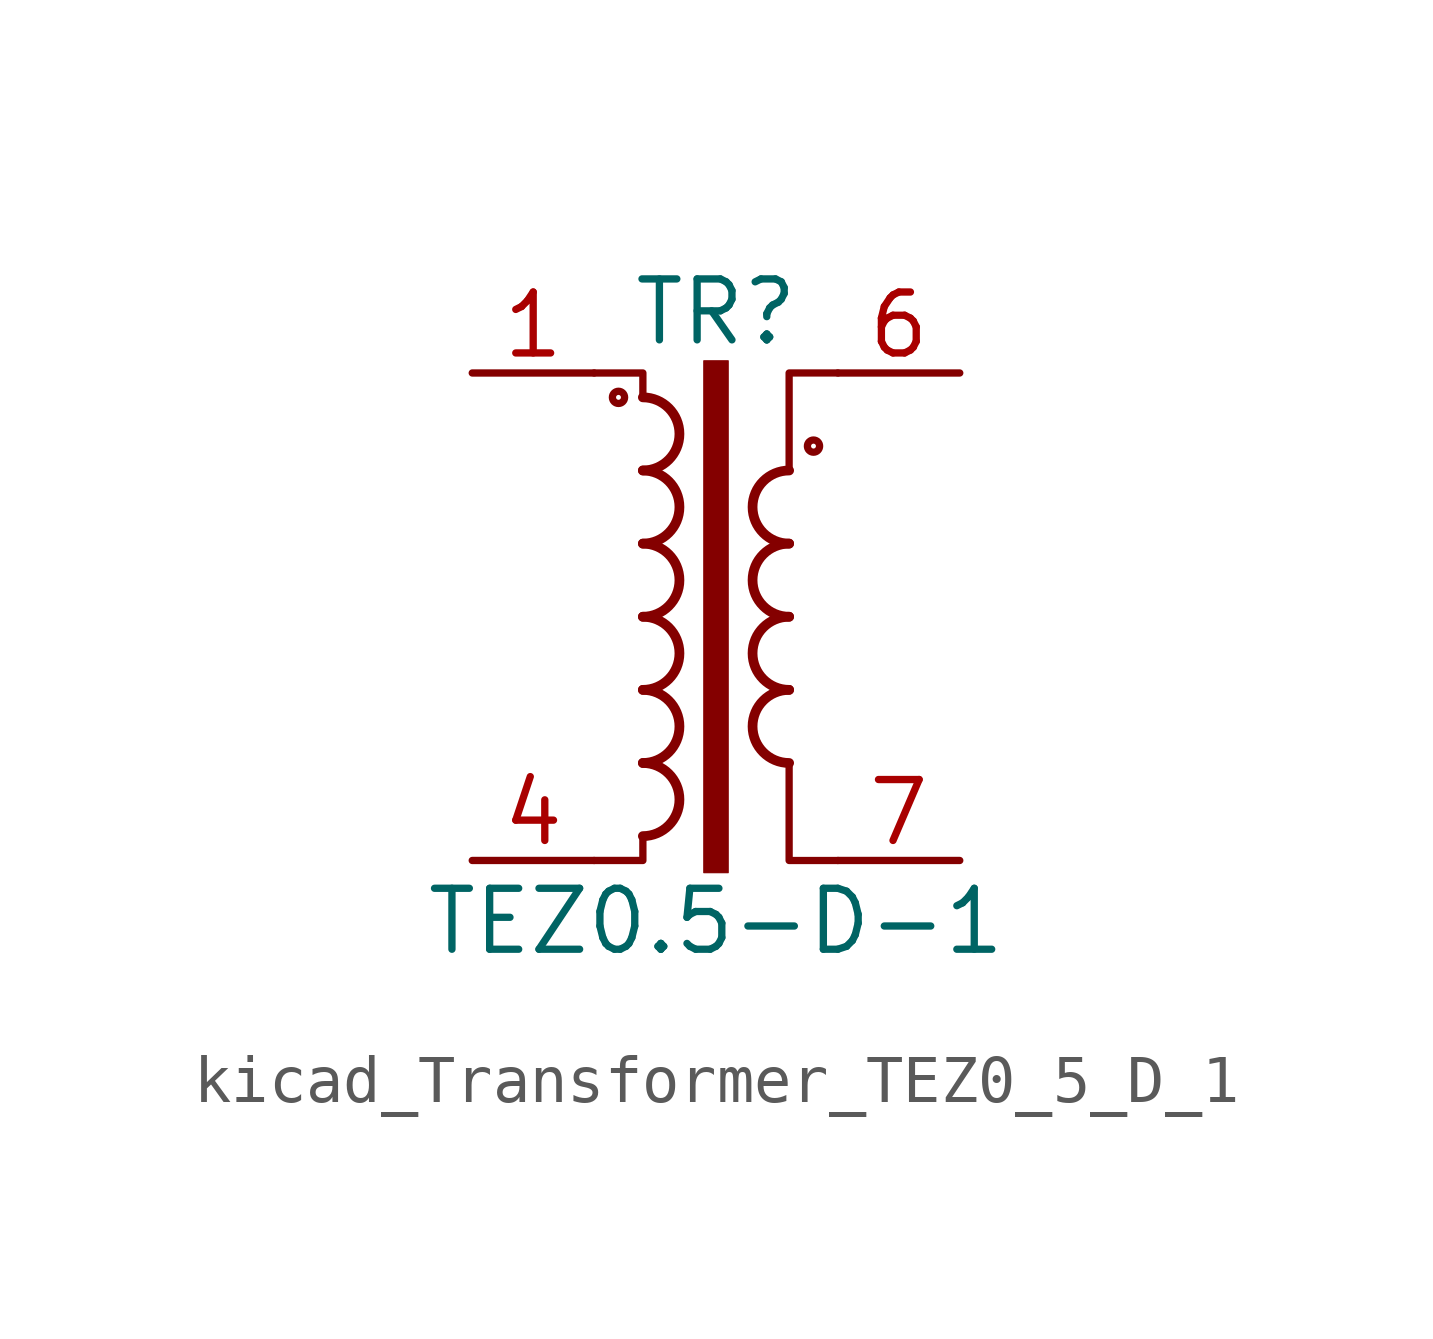
<source format=kicad_sym>
(kicad_symbol_lib
  (version 20220914)
  (generator kicad_symbol_editor)
  (symbol "kicad_Transformer_TEZ0_5_D_1"
    (pin_names
      (offset 0.025))
    (property "Reference" "TR"
      (at 0 6.35 0)
      (effects (font (size 1.27 1.27))))
    (property "Value" "TEZ0.5-D-1"
      (at 0 -6.35 0)
      (effects (font (size 1.27 1.27))))
    (symbol "kicad_Transformer_TEZ0_5_D_1_0_1"
      (circle (center -2.032 4.572) (radius 0.127) (stroke (width 0) (type default)) (fill (type none)))
      (arc (start -1.524 -4.572) (mid -0.7653 -3.81) (end -1.524 -3.048) (stroke (width 0.2032) (type default)) (fill (type none)))
      (arc (start -1.524 -3.048) (mid -0.7653 -2.286) (end -1.524 -1.524) (stroke (width 0.2032) (type default)) (fill (type none)))
      (arc (start -1.524 -1.524) (mid -0.7653 -0.762) (end -1.524 0) (stroke (width 0.2032) (type default)) (fill (type none)))
      (arc (start -1.524 0) (mid -0.7653 0.762) (end -1.524 1.524) (stroke (width 0.2032) (type default)) (fill (type none)))
      (arc (start -1.524 1.524) (mid -0.7653 2.286) (end -1.524 3.048) (stroke (width 0.2032) (type default)) (fill (type none)))
      (arc (start -1.524 3.048) (mid -0.7653 3.81) (end -1.524 4.572) (stroke (width 0.2032) (type default)) (fill (type none)))
      (rectangle (start -0.254 5.334) (end 0.254 -5.334) (stroke (width 0.025) (type default)) (fill (type outline)))
      (polyline (pts (xy -1.524 -4.572) (xy -1.524 -5.08) (xy -2.54 -5.08)) (stroke (width 0) (type default)) (fill (type none)))
      (polyline (pts (xy -1.524 4.572) (xy -1.524 5.08) (xy -2.54 5.08)) (stroke (width 0) (type default)) (fill (type none)))
      (polyline (pts (xy 1.524 3.048) (xy 1.524 5.08) (xy 2.54 5.08) (xy 2.54 5.08)) (stroke (width 0.152) (type default)) (fill (type none)))
      (polyline (pts (xy 2.54 -5.08) (xy 1.524 -5.08) (xy 1.524 -3.048) (xy 1.524 -3.048)) (stroke (width 0.152) (type default)) (fill (type none)))
      (arc (start 1.524 -1.524) (mid 0.7653 -2.286) (end 1.524 -3.048) (stroke (width 0.2032) (type default)) (fill (type none)))
      (arc (start 1.524 0) (mid 0.7653 -0.762) (end 1.524 -1.524) (stroke (width 0.2032) (type default)) (fill (type none)))
      (arc (start 1.524 1.524) (mid 0.7653 0.762) (end 1.524 0) (stroke (width 0.2032) (type default)) (fill (type none)))
      (arc (start 1.524 3.048) (mid 0.7653 2.286) (end 1.524 1.524) (stroke (width 0.2032) (type default)) (fill (type none)))
      (circle (center 2.032 3.556) (radius 0.127) (stroke (width 0) (type default)) (fill (type none))))
    (symbol "kicad_Transformer_TEZ0_5_D_1_1_1"
      (pin passive line (at -5.08 5.08 0) (length 2.54) (name "~" (effects (font (size 1.27 1.27)))) (number "1" (effects (font (size 1.27 1.27)))))
      (pin passive line (at -5.08 -5.08 0) (length 2.54) (name "~" (effects (font (size 1.27 1.27)))) (number "4" (effects (font (size 1.27 1.27)))))
      (pin passive line (at 5.08 5.08 180) (length 2.54) (name "~" (effects (font (size 1.27 1.27)))) (number "6" (effects (font (size 1.27 1.27)))))
      (pin passive line (at 5.08 -5.08 180) (length 2.54) (name "~" (effects (font (size 1.27 1.27)))) (number "7" (effects (font (size 1.27 1.27))))))))
</source>
